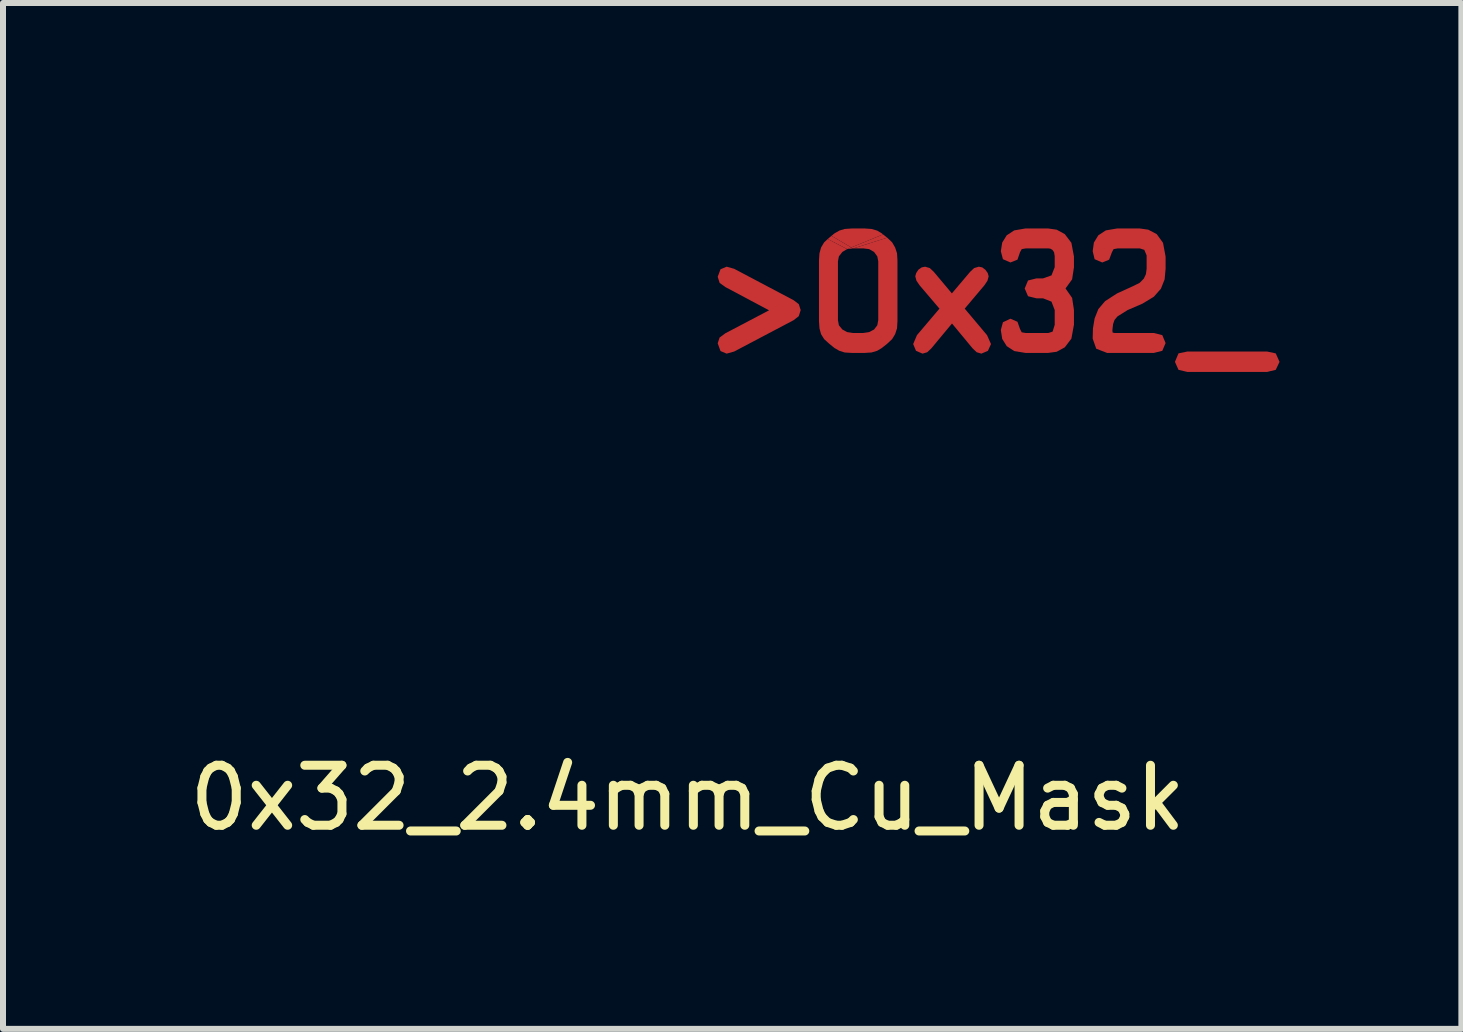
<source format=kicad_pcb>
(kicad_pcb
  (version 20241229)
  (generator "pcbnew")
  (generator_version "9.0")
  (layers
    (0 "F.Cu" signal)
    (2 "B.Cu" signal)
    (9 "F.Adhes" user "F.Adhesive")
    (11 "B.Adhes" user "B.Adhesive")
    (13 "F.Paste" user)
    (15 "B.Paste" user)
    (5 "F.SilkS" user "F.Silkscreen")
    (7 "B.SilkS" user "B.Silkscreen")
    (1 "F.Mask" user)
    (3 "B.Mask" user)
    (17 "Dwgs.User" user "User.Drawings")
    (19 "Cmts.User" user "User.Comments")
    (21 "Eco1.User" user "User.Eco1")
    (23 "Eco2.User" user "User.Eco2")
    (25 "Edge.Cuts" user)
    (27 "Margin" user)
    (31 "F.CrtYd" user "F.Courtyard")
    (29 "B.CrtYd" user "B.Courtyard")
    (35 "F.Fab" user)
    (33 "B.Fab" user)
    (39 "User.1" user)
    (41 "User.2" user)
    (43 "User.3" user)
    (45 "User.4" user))
  (footprint "0x32_2.4mm_Cu_Mask"
    (layer "F.Cu")
    (at 8.411 0.25)
    (property "Reference" "0x32_2.4mm_Cu_Mask" (at 0 10 0) (layer "F.SilkS") (effects (font (size 1 1) (thickness 0.15))))
    (attr through_hole)
    (fp_poly (pts (xy 2.755 0.84) (xy 2.658 0.852) (xy 2.727 0.824)) (stroke (width 0) (type solid)) (fill yes) (layer "F.Cu"))
    (fp_poly (pts (xy 2.658 0.852) (xy 2.335 0.684) (xy 2.361 0.661) (xy 2.397 0.631) (xy 2.727 0.824)) (stroke (width 0) (type solid)) (fill yes) (layer "F.Cu"))
    (fp_poly (pts (xy 3.257 0.607) (xy 3.325 0.661) (xy 3.326 0.661) (xy 2.764 0.84) (xy 2.755 0.84) (xy 2.727 0.824)) (stroke (width 0) (type solid)) (fill yes) (layer "F.Cu"))
    (fp_poly (pts (xy 9.802 2.59) (xy 9.865 2.731) (xy 9.802 2.864) (xy 9.658 2.899) (xy 8.329 2.899) (xy 8.181 2.864) (xy 8.122 2.731) (xy 8.181 2.59) (xy 8.329 2.559) (xy 9.658 2.559)) (stroke (width 0) (type solid)) (fill yes) (layer "F.Cu"))
    (fp_poly (pts (xy 2.397 0.631) (xy 2.447 0.59) (xy 2.529 0.543) (xy 2.618 0.516) (xy 2.736 0.508) (xy 2.95 0.508) (xy 3.064 0.516) (xy 3.158 0.543) (xy 3.236 0.59) (xy 3.257 0.607) (xy 2.727 0.824)) (stroke (width 0) (type solid)) (fill yes) (layer "F.Cu"))
    (fp_poly (pts (xy 0.775 1.18) (xy 1.767 1.704) (xy 1.853 1.77) (xy 1.884 1.868) (xy 1.853 1.969) (xy 1.767 2.036) (xy 0.775 2.559) (xy 0.65 2.594) (xy 0.548 2.551) (xy 0.501 2.422) (xy 0.533 2.325) (xy 0.63 2.254) (xy 1.357 1.872) (xy 0.63 1.485) (xy 0.533 1.415) (xy 0.501 1.313) (xy 0.548 1.188) (xy 0.65 1.145)) (stroke (width 0) (type solid)) (fill yes) (layer "F.Cu"))
    (fp_poly (pts (xy 4.911 1.157) (xy 4.962 1.196) (xy 5.001 1.25) (xy 5.017 1.305) (xy 4.997 1.379) (xy 4.947 1.454) (xy 4.618 1.844) (xy 4.99 2.286) (xy 5.056 2.434) (xy 5.005 2.547) (xy 4.896 2.594) (xy 4.818 2.571) (xy 4.751 2.508) (xy 4.408 2.094) (xy 4.404 2.094) (xy 4.06 2.508) (xy 3.993 2.571) (xy 3.915 2.594) (xy 3.806 2.547) (xy 3.759 2.434) (xy 3.822 2.286) (xy 4.197 1.844) (xy 3.865 1.454) (xy 3.814 1.379) (xy 3.794 1.305) (xy 3.81 1.25) (xy 3.845 1.196) (xy 3.9 1.157) (xy 3.958 1.145) (xy 4.036 1.168) (xy 4.103 1.231) (xy 4.404 1.59) (xy 4.708 1.231) (xy 4.775 1.168) (xy 4.853 1.145)) (stroke (width 0) (type solid)) (fill yes) (layer "F.Cu"))
    (fp_poly (pts (xy 3.408 0.739) (xy 3.458 0.825) (xy 3.49 0.922) (xy 3.497 1.04) (xy 3.497 2.051) (xy 3.49 2.172) (xy 3.458 2.27) (xy 3.408 2.352) (xy 3.325 2.43) (xy 3.236 2.5) (xy 3.158 2.547) (xy 3.064 2.575) (xy 2.95 2.582) (xy 2.736 2.582) (xy 2.618 2.575) (xy 2.529 2.547) (xy 2.447 2.5) (xy 2.361 2.43) (xy 2.275 2.352) (xy 2.224 2.27) (xy 2.197 2.172) (xy 2.189 2.051) (xy 2.189 1.04) (xy 2.197 0.922) (xy 2.224 0.825) (xy 2.275 0.739) (xy 2.335 0.684) (xy 2.658 0.852) (xy 2.579 0.899) (xy 2.521 0.973) (xy 2.505 1.055) (xy 2.505 2.036) (xy 2.521 2.122) (xy 2.579 2.192) (xy 2.658 2.235) (xy 2.755 2.25) (xy 2.927 2.25) (xy 3.025 2.235) (xy 3.107 2.192) (xy 3.161 2.122) (xy 3.177 2.036) (xy 3.177 1.055) (xy 3.161 0.973) (xy 3.107 0.899) (xy 3.025 0.852) (xy 2.927 0.84) (xy 2.764 0.84) (xy 3.326 0.661)) (stroke (width 0) (type solid)) (fill yes) (layer "F.Cu"))
    (fp_poly (pts (xy 7.677 0.528) (xy 7.818 0.602) (xy 7.923 0.747) (xy 7.966 0.977) (xy 7.966 1.18) (xy 7.95 1.356) (xy 7.888 1.512) (xy 7.771 1.645) (xy 7.579 1.762) (xy 7.333 1.868) (xy 7.165 1.973) (xy 7.115 2.032) (xy 7.091 2.102) (xy 7.083 2.168) (xy 7.079 2.207) (xy 7.083 2.243) (xy 7.115 2.25) (xy 7.771 2.25) (xy 7.911 2.286) (xy 7.966 2.418) (xy 7.911 2.547) (xy 7.771 2.582) (xy 6.99 2.582) (xy 6.81 2.512) (xy 6.751 2.344) (xy 6.755 2.176) (xy 6.783 2.008) (xy 6.845 1.852) (xy 6.958 1.719) (xy 7.158 1.59) (xy 7.415 1.473) (xy 7.533 1.415) (xy 7.603 1.344) (xy 7.638 1.27) (xy 7.65 1.18) (xy 7.65 0.957) (xy 7.611 0.864) (xy 7.536 0.84) (xy 7.169 0.84) (xy 7.099 0.852) (xy 7.072 0.903) (xy 7.025 1.028) (xy 6.911 1.075) (xy 6.783 1.02) (xy 6.751 0.887) (xy 6.771 0.743) (xy 6.845 0.622) (xy 6.97 0.54) (xy 7.158 0.508) (xy 7.536 0.508)) (stroke (width 0) (type solid)) (fill yes) (layer "F.Cu"))
    (fp_poly (pts (xy 6.15 0.528) (xy 6.286 0.602) (xy 6.396 0.747) (xy 6.439 0.977) (xy 6.439 1.153) (xy 6.408 1.356) (xy 6.298 1.508) (xy 6.408 1.665) (xy 6.439 1.868) (xy 6.439 2.11) (xy 6.396 2.344) (xy 6.286 2.489) (xy 6.15 2.563) (xy 6.009 2.582) (xy 5.63 2.582) (xy 5.443 2.551) (xy 5.318 2.469) (xy 5.243 2.348) (xy 5.22 2.2) (xy 5.255 2.071) (xy 5.38 2.012) (xy 5.497 2.063) (xy 5.54 2.184) (xy 5.568 2.239) (xy 5.634 2.25) (xy 6.013 2.25) (xy 6.083 2.227) (xy 6.118 2.114) (xy 6.118 1.868) (xy 6.064 1.727) (xy 5.923 1.672) (xy 5.814 1.672) (xy 5.673 1.637) (xy 5.618 1.508) (xy 5.673 1.375) (xy 5.814 1.34) (xy 5.923 1.34) (xy 6.064 1.29) (xy 6.118 1.153) (xy 6.118 0.969) (xy 6.107 0.903) (xy 6.079 0.864) (xy 6.044 0.844) (xy 6.009 0.84) (xy 5.638 0.84) (xy 5.568 0.852) (xy 5.54 0.903) (xy 5.497 1.028) (xy 5.38 1.075) (xy 5.255 1.02) (xy 5.22 0.887) (xy 5.243 0.743) (xy 5.318 0.622) (xy 5.443 0.54) (xy 5.63 0.508) (xy 6.009 0.508)) (stroke (width 0) (type solid)) (fill yes) (layer "F.Cu"))
    (fp_poly (pts (xy 2.763 0.832) (xy 2.665 0.848) (xy 2.738 0.818)) (stroke (width 0) (type solid)) (fill yes) (layer "F.Mask"))
    (fp_poly (pts (xy 2.665 0.848) (xy 2.338 0.676) (xy 2.365 0.649) (xy 2.4 0.621) (xy 2.738 0.818)) (stroke (width 0) (type solid)) (fill yes) (layer "F.Mask"))
    (fp_poly (pts (xy 3.27 0.599) (xy 3.337 0.649) (xy 3.341 0.652) (xy 2.772 0.832) (xy 2.763 0.832) (xy 2.738 0.818)) (stroke (width 0) (type solid)) (fill yes) (layer "F.Mask"))
    (fp_poly (pts (xy 9.837 2.59) (xy 9.896 2.731) (xy 9.837 2.864) (xy 9.689 2.899) (xy 8.357 2.899) (xy 8.208 2.864) (xy 8.15 2.731) (xy 8.208 2.59) (xy 8.357 2.555) (xy 9.689 2.555)) (stroke (width 0) (type solid)) (fill yes) (layer "F.Mask"))
    (fp_poly (pts (xy 2.4 0.621) (xy 2.45 0.582) (xy 2.536 0.536) (xy 2.626 0.508) (xy 2.743 0.5) (xy 2.958 0.5) (xy 3.075 0.508) (xy 3.165 0.536) (xy 3.247 0.582) (xy 3.27 0.599) (xy 2.738 0.818)) (stroke (width 0) (type solid)) (fill yes) (layer "F.Mask"))
    (fp_poly (pts (xy 0.779 1.172) (xy 1.771 1.7) (xy 1.857 1.766) (xy 1.892 1.864) (xy 1.857 1.965) (xy 1.771 2.032) (xy 0.779 2.559) (xy 0.65 2.594) (xy 0.548 2.551) (xy 0.501 2.422) (xy 0.533 2.325) (xy 0.63 2.25) (xy 1.361 1.868) (xy 0.63 1.481) (xy 0.533 1.407) (xy 0.501 1.305) (xy 0.548 1.18) (xy 0.65 1.137)) (stroke (width 0) (type solid)) (fill yes) (layer "F.Mask"))
    (fp_poly (pts (xy 4.927 1.149) (xy 4.978 1.188) (xy 5.017 1.243) (xy 5.033 1.297) (xy 5.013 1.375) (xy 4.962 1.446) (xy 4.63 1.84) (xy 5.005 2.286) (xy 5.072 2.434) (xy 5.025 2.543) (xy 4.911 2.594) (xy 4.833 2.571) (xy 4.767 2.504) (xy 4.423 2.09) (xy 4.419 2.09) (xy 4.075 2.504) (xy 4.005 2.571) (xy 3.927 2.594) (xy 3.818 2.543) (xy 3.771 2.434) (xy 3.833 2.286) (xy 4.208 1.84) (xy 3.876 1.446) (xy 3.825 1.375) (xy 3.806 1.297) (xy 3.822 1.243) (xy 3.857 1.188) (xy 3.911 1.149) (xy 3.97 1.137) (xy 4.048 1.161) (xy 4.118 1.227) (xy 4.419 1.586) (xy 4.724 1.227) (xy 4.79 1.161) (xy 4.868 1.137)) (stroke (width 0) (type solid)) (fill yes) (layer "F.Mask"))
    (fp_poly (pts (xy 3.415 0.731) (xy 3.47 0.817) (xy 3.501 0.915) (xy 3.509 1.032) (xy 3.509 2.047) (xy 3.501 2.168) (xy 3.47 2.266) (xy 3.415 2.348) (xy 3.337 2.43) (xy 3.247 2.5) (xy 3.165 2.547) (xy 3.075 2.571) (xy 2.958 2.579) (xy 2.743 2.579) (xy 2.626 2.571) (xy 2.536 2.547) (xy 2.45 2.5) (xy 2.365 2.43) (xy 2.283 2.348) (xy 2.228 2.266) (xy 2.2 2.168) (xy 2.193 2.047) (xy 2.193 1.032) (xy 2.2 0.915) (xy 2.228 0.817) (xy 2.283 0.731) (xy 2.338 0.676) (xy 2.665 0.848) (xy 2.587 0.891) (xy 2.529 0.965) (xy 2.513 1.047) (xy 2.513 2.032) (xy 2.529 2.118) (xy 2.587 2.188) (xy 2.665 2.235) (xy 2.763 2.247) (xy 2.939 2.247) (xy 3.033 2.235) (xy 3.115 2.188) (xy 3.173 2.118) (xy 3.189 2.032) (xy 3.189 1.047) (xy 3.173 0.965) (xy 3.115 0.891) (xy 3.033 0.848) (xy 2.939 0.832) (xy 2.772 0.832) (xy 3.341 0.652)) (stroke (width 0) (type solid)) (fill yes) (layer "F.Mask"))
    (fp_poly (pts (xy 7.704 0.52) (xy 7.845 0.59) (xy 7.95 0.739) (xy 7.993 0.973) (xy 7.993 1.172) (xy 7.974 1.348) (xy 7.915 1.504) (xy 7.794 1.641) (xy 7.603 1.758) (xy 7.357 1.864) (xy 7.189 1.969) (xy 7.142 2.032) (xy 7.115 2.102) (xy 7.107 2.165) (xy 7.103 2.204) (xy 7.107 2.239) (xy 7.138 2.247) (xy 7.794 2.247) (xy 7.939 2.286) (xy 7.993 2.415) (xy 7.939 2.547) (xy 7.794 2.579) (xy 7.013 2.579) (xy 6.833 2.512) (xy 6.775 2.344) (xy 6.779 2.172) (xy 6.806 2.004) (xy 6.868 1.848) (xy 6.982 1.715) (xy 7.181 1.586) (xy 7.439 1.469) (xy 7.56 1.407) (xy 7.626 1.336) (xy 7.661 1.262) (xy 7.673 1.172) (xy 7.673 0.954) (xy 7.638 0.856) (xy 7.564 0.832) (xy 7.193 0.832) (xy 7.122 0.844) (xy 7.095 0.895) (xy 7.048 1.024) (xy 6.931 1.071) (xy 6.806 1.012) (xy 6.775 0.879) (xy 6.794 0.735) (xy 6.868 0.614) (xy 6.993 0.532) (xy 7.185 0.5) (xy 7.564 0.5)) (stroke (width 0) (type solid)) (fill yes) (layer "F.Mask"))
    (fp_poly (pts (xy 6.169 0.52) (xy 6.31 0.594) (xy 6.415 0.739) (xy 6.458 0.973) (xy 6.458 1.145) (xy 6.427 1.348) (xy 6.318 1.504) (xy 6.427 1.661) (xy 6.458 1.864) (xy 6.458 2.11) (xy 6.415 2.344) (xy 6.31 2.489) (xy 6.169 2.563) (xy 6.029 2.582) (xy 5.65 2.579) (xy 5.458 2.551) (xy 5.333 2.469) (xy 5.259 2.344) (xy 5.24 2.2) (xy 5.271 2.067) (xy 5.4 2.012) (xy 5.513 2.059) (xy 5.56 2.18) (xy 5.587 2.239) (xy 5.654 2.247) (xy 6.033 2.247) (xy 6.103 2.223) (xy 6.138 2.11) (xy 6.138 1.864) (xy 6.083 1.723) (xy 5.943 1.668) (xy 5.833 1.668) (xy 5.693 1.633) (xy 5.634 1.504) (xy 5.693 1.372) (xy 5.833 1.336) (xy 5.943 1.336) (xy 6.083 1.286) (xy 6.138 1.145) (xy 6.138 0.965) (xy 6.126 0.895) (xy 6.103 0.856) (xy 6.064 0.836) (xy 6.029 0.832) (xy 5.658 0.832) (xy 5.587 0.844) (xy 5.56 0.895) (xy 5.513 1.024) (xy 5.4 1.071) (xy 5.271 1.012) (xy 5.24 0.879) (xy 5.259 0.735) (xy 5.333 0.614) (xy 5.458 0.532) (xy 5.65 0.5) (xy 6.029 0.5)) (stroke (width 0) (type solid)) (fill yes) (layer "F.Mask")))
  (gr_rect
    (start -3 -3)
    (end 21.307 14.098)
    (stroke (width 0.1) (type default))
    (fill no)
    (layer "Edge.Cuts")))
</source>
